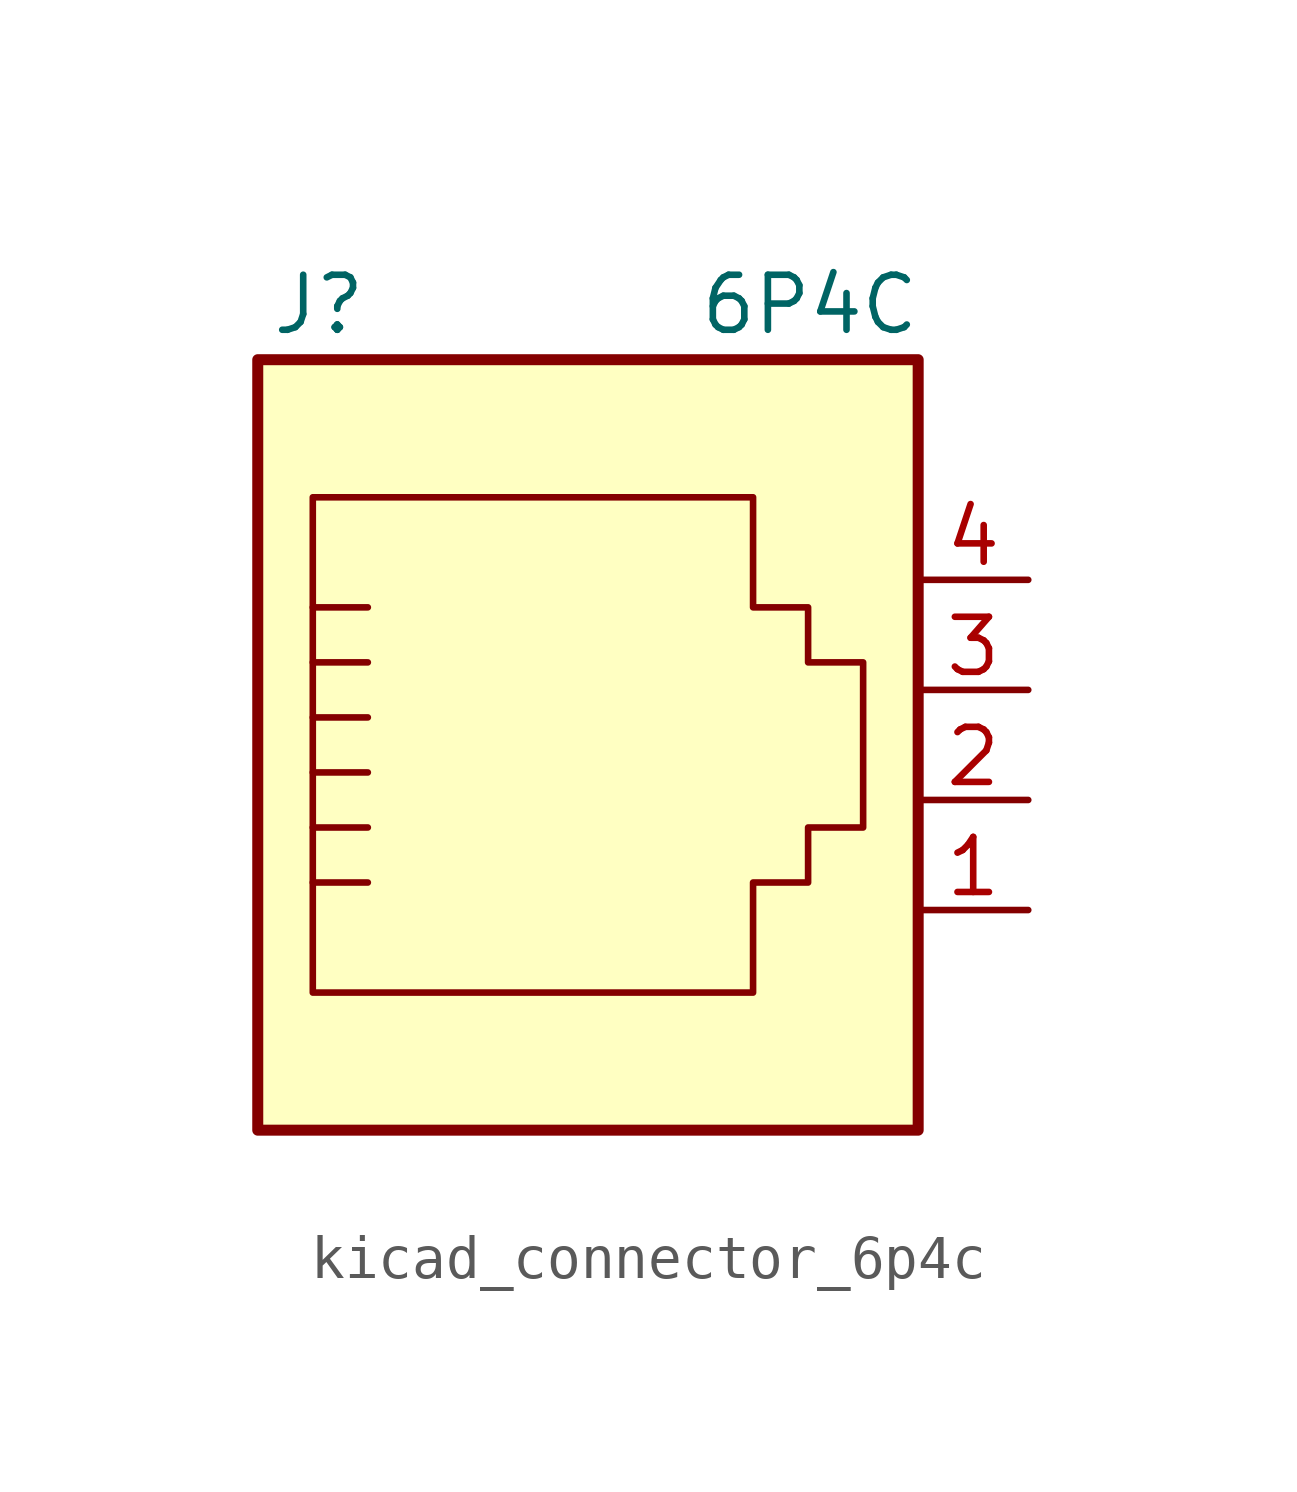
<source format=kicad_sym>
(kicad_symbol_lib
  (version 20220914)
  (generator kicad_symbol_editor)
  (symbol "kicad_connector_6p4c"
    (pin_names
      (offset 1.016))
    (property "Reference" "J"
      (at -5.08 11.43 0)
      (effects (font (size 1.27 1.27)) (justify right)))
    (property "Value" "6P4C"
      (at 2.54 11.43 0)
      (effects (font (size 1.27 1.27)) (justify left)))
    (symbol "kicad_connector_6p4c_0_1"
      (polyline (pts (xy -6.35 -1.905) (xy -5.08 -1.905) (xy -5.08 -1.905)) (stroke (width 0) (type default)) (fill (type none)))
      (polyline (pts (xy -6.35 -0.635) (xy -5.08 -0.635) (xy -5.08 -0.635)) (stroke (width 0) (type default)) (fill (type none)))
      (polyline (pts (xy -6.35 0.635) (xy -5.08 0.635) (xy -5.08 0.635)) (stroke (width 0) (type default)) (fill (type none)))
      (polyline (pts (xy -6.35 1.905) (xy -5.08 1.905) (xy -5.08 1.905)) (stroke (width 0) (type default)) (fill (type none)))
      (polyline (pts (xy -6.35 3.175) (xy -5.08 3.175) (xy -5.08 3.175)) (stroke (width 0) (type default)) (fill (type none)))
      (polyline (pts (xy -5.08 4.445) (xy -6.35 4.445) (xy -6.35 4.445)) (stroke (width 0) (type default)) (fill (type none)))
      (polyline (pts (xy -6.35 -4.445) (xy -6.35 6.985) (xy 3.81 6.985) (xy 3.81 4.445) (xy 5.08 4.445) (xy 5.08 3.175) (xy 6.35 3.175) (xy 6.35 -0.635) (xy 5.08 -0.635) (xy 5.08 -1.905) (xy 3.81 -1.905) (xy 3.81 -4.445) (xy -6.35 -4.445) (xy -6.35 -4.445)) (stroke (width 0) (type default)) (fill (type none)))
      (rectangle (start 7.62 10.16) (end -7.62 -7.62) (stroke (width 0.254) (type default)) (fill (type background))))
    (symbol "kicad_connector_6p4c_1_1"
      (pin passive line (at 10.16 -2.54 180) (length 2.54) (name "~" (effects (font (size 1.27 1.27)))) (number "1" (effects (font (size 1.27 1.27)))))
      (pin passive line (at 10.16 0 180) (length 2.54) (name "~" (effects (font (size 1.27 1.27)))) (number "2" (effects (font (size 1.27 1.27)))))
      (pin passive line (at 10.16 2.54 180) (length 2.54) (name "~" (effects (font (size 1.27 1.27)))) (number "3" (effects (font (size 1.27 1.27)))))
      (pin passive line (at 10.16 5.08 180) (length 2.54) (name "~" (effects (font (size 1.27 1.27)))) (number "4" (effects (font (size 1.27 1.27))))))))
</source>
